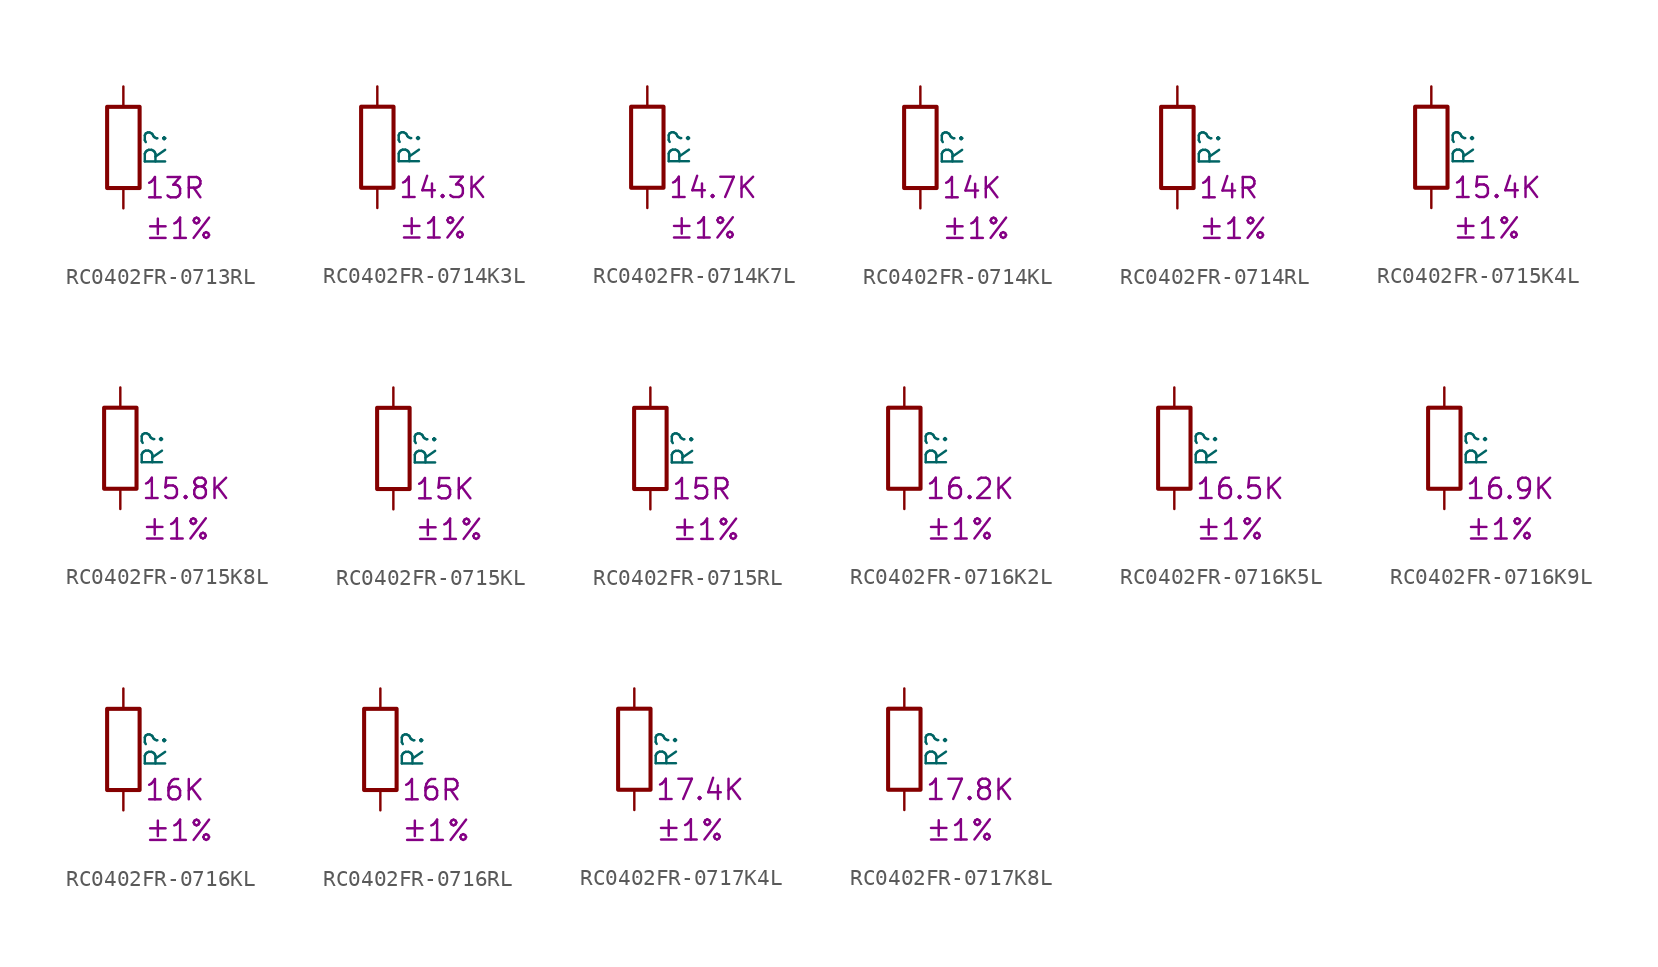
<source format=kicad_sym>
(kicad_symbol_lib
  (version 20220914)
  (generator kicad_symbol_editor)
  (symbol "RC0402FR-0713RL"
    (pin_numbers hide)
    (pin_names
      (offset 0))
    (property "Reference" "R"
      (at 2.032 0 90)
      (effects (font (size 1.27 1.27))))
    (property "Resistance" "13R"
      (at 1.27 -2.54 0)
      (effects (font (size 1.27 1.27)) (justify left)))
    (property "Tolerance" "±1%"
      (at 1.27 -5.08 0)
      (effects (font (size 1.27 1.27)) (justify left)))
    (symbol "RC0402FR-0713RL_0_1"
      (rectangle (start -1.016 -2.54) (end 1.016 2.54) (stroke (width 0.254) (type default)) (fill (type none))))
    (symbol "RC0402FR-0713RL_1_1"
      (pin passive line (at 0 3.81 270) (length 1.27) (name "~" (effects (font (size 1.27 1.27)))) (number "1" (effects (font (size 1.27 1.27)))))
      (pin passive line (at 0 -3.81 90) (length 1.27) (name "~" (effects (font (size 1.27 1.27)))) (number "2" (effects (font (size 1.27 1.27)))))))
  (symbol "RC0402FR-0714K3L"
    (pin_numbers hide)
    (pin_names
      (offset 0))
    (property "Reference" "R"
      (at 2.032 0 90)
      (effects (font (size 1.27 1.27))))
    (property "Resistance" "14.3K"
      (at 1.27 -2.54 0)
      (effects (font (size 1.27 1.27)) (justify left)))
    (property "Tolerance" "±1%"
      (at 1.27 -5.08 0)
      (effects (font (size 1.27 1.27)) (justify left)))
    (symbol "RC0402FR-0714K3L_0_1"
      (rectangle (start -1.016 -2.54) (end 1.016 2.54) (stroke (width 0.254) (type default)) (fill (type none))))
    (symbol "RC0402FR-0714K3L_1_1"
      (pin passive line (at 0 3.81 270) (length 1.27) (name "~" (effects (font (size 1.27 1.27)))) (number "1" (effects (font (size 1.27 1.27)))))
      (pin passive line (at 0 -3.81 90) (length 1.27) (name "~" (effects (font (size 1.27 1.27)))) (number "2" (effects (font (size 1.27 1.27)))))))
  (symbol "RC0402FR-0714K7L"
    (pin_numbers hide)
    (pin_names
      (offset 0))
    (property "Reference" "R"
      (at 2.032 0 90)
      (effects (font (size 1.27 1.27))))
    (property "Resistance" "14.7K"
      (at 1.27 -2.54 0)
      (effects (font (size 1.27 1.27)) (justify left)))
    (property "Tolerance" "±1%"
      (at 1.27 -5.08 0)
      (effects (font (size 1.27 1.27)) (justify left)))
    (symbol "RC0402FR-0714K7L_0_1"
      (rectangle (start -1.016 -2.54) (end 1.016 2.54) (stroke (width 0.254) (type default)) (fill (type none))))
    (symbol "RC0402FR-0714K7L_1_1"
      (pin passive line (at 0 3.81 270) (length 1.27) (name "~" (effects (font (size 1.27 1.27)))) (number "1" (effects (font (size 1.27 1.27)))))
      (pin passive line (at 0 -3.81 90) (length 1.27) (name "~" (effects (font (size 1.27 1.27)))) (number "2" (effects (font (size 1.27 1.27)))))))
  (symbol "RC0402FR-0714KL"
    (pin_numbers hide)
    (pin_names
      (offset 0))
    (property "Reference" "R"
      (at 2.032 0 90)
      (effects (font (size 1.27 1.27))))
    (property "Resistance" "14K"
      (at 1.27 -2.54 0)
      (effects (font (size 1.27 1.27)) (justify left)))
    (property "Tolerance" "±1%"
      (at 1.27 -5.08 0)
      (effects (font (size 1.27 1.27)) (justify left)))
    (symbol "RC0402FR-0714KL_0_1"
      (rectangle (start -1.016 -2.54) (end 1.016 2.54) (stroke (width 0.254) (type default)) (fill (type none))))
    (symbol "RC0402FR-0714KL_1_1"
      (pin passive line (at 0 3.81 270) (length 1.27) (name "~" (effects (font (size 1.27 1.27)))) (number "1" (effects (font (size 1.27 1.27)))))
      (pin passive line (at 0 -3.81 90) (length 1.27) (name "~" (effects (font (size 1.27 1.27)))) (number "2" (effects (font (size 1.27 1.27)))))))
  (symbol "RC0402FR-0714RL"
    (pin_numbers hide)
    (pin_names
      (offset 0))
    (property "Reference" "R"
      (at 2.032 0 90)
      (effects (font (size 1.27 1.27))))
    (property "Resistance" "14R"
      (at 1.27 -2.54 0)
      (effects (font (size 1.27 1.27)) (justify left)))
    (property "Tolerance" "±1%"
      (at 1.27 -5.08 0)
      (effects (font (size 1.27 1.27)) (justify left)))
    (symbol "RC0402FR-0714RL_0_1"
      (rectangle (start -1.016 -2.54) (end 1.016 2.54) (stroke (width 0.254) (type default)) (fill (type none))))
    (symbol "RC0402FR-0714RL_1_1"
      (pin passive line (at 0 3.81 270) (length 1.27) (name "~" (effects (font (size 1.27 1.27)))) (number "1" (effects (font (size 1.27 1.27)))))
      (pin passive line (at 0 -3.81 90) (length 1.27) (name "~" (effects (font (size 1.27 1.27)))) (number "2" (effects (font (size 1.27 1.27)))))))
  (symbol "RC0402FR-0715K4L"
    (pin_numbers hide)
    (pin_names
      (offset 0))
    (property "Reference" "R"
      (at 2.032 0 90)
      (effects (font (size 1.27 1.27))))
    (property "Resistance" "15.4K"
      (at 1.27 -2.54 0)
      (effects (font (size 1.27 1.27)) (justify left)))
    (property "Tolerance" "±1%"
      (at 1.27 -5.08 0)
      (effects (font (size 1.27 1.27)) (justify left)))
    (symbol "RC0402FR-0715K4L_0_1"
      (rectangle (start -1.016 -2.54) (end 1.016 2.54) (stroke (width 0.254) (type default)) (fill (type none))))
    (symbol "RC0402FR-0715K4L_1_1"
      (pin passive line (at 0 3.81 270) (length 1.27) (name "~" (effects (font (size 1.27 1.27)))) (number "1" (effects (font (size 1.27 1.27)))))
      (pin passive line (at 0 -3.81 90) (length 1.27) (name "~" (effects (font (size 1.27 1.27)))) (number "2" (effects (font (size 1.27 1.27)))))))
  (symbol "RC0402FR-0715K8L"
    (pin_numbers hide)
    (pin_names
      (offset 0))
    (property "Reference" "R"
      (at 2.032 0 90)
      (effects (font (size 1.27 1.27))))
    (property "Resistance" "15.8K"
      (at 1.27 -2.54 0)
      (effects (font (size 1.27 1.27)) (justify left)))
    (property "Tolerance" "±1%"
      (at 1.27 -5.08 0)
      (effects (font (size 1.27 1.27)) (justify left)))
    (symbol "RC0402FR-0715K8L_0_1"
      (rectangle (start -1.016 -2.54) (end 1.016 2.54) (stroke (width 0.254) (type default)) (fill (type none))))
    (symbol "RC0402FR-0715K8L_1_1"
      (pin passive line (at 0 3.81 270) (length 1.27) (name "~" (effects (font (size 1.27 1.27)))) (number "1" (effects (font (size 1.27 1.27)))))
      (pin passive line (at 0 -3.81 90) (length 1.27) (name "~" (effects (font (size 1.27 1.27)))) (number "2" (effects (font (size 1.27 1.27)))))))
  (symbol "RC0402FR-0715KL"
    (pin_numbers hide)
    (pin_names
      (offset 0))
    (property "Reference" "R"
      (at 2.032 0 90)
      (effects (font (size 1.27 1.27))))
    (property "Resistance" "15K"
      (at 1.27 -2.54 0)
      (effects (font (size 1.27 1.27)) (justify left)))
    (property "Tolerance" "±1%"
      (at 1.27 -5.08 0)
      (effects (font (size 1.27 1.27)) (justify left)))
    (symbol "RC0402FR-0715KL_0_1"
      (rectangle (start -1.016 -2.54) (end 1.016 2.54) (stroke (width 0.254) (type default)) (fill (type none))))
    (symbol "RC0402FR-0715KL_1_1"
      (pin passive line (at 0 3.81 270) (length 1.27) (name "~" (effects (font (size 1.27 1.27)))) (number "1" (effects (font (size 1.27 1.27)))))
      (pin passive line (at 0 -3.81 90) (length 1.27) (name "~" (effects (font (size 1.27 1.27)))) (number "2" (effects (font (size 1.27 1.27)))))))
  (symbol "RC0402FR-0715RL"
    (pin_numbers hide)
    (pin_names
      (offset 0))
    (property "Reference" "R"
      (at 2.032 0 90)
      (effects (font (size 1.27 1.27))))
    (property "Resistance" "15R"
      (at 1.27 -2.54 0)
      (effects (font (size 1.27 1.27)) (justify left)))
    (property "Tolerance" "±1%"
      (at 1.27 -5.08 0)
      (effects (font (size 1.27 1.27)) (justify left)))
    (symbol "RC0402FR-0715RL_0_1"
      (rectangle (start -1.016 -2.54) (end 1.016 2.54) (stroke (width 0.254) (type default)) (fill (type none))))
    (symbol "RC0402FR-0715RL_1_1"
      (pin passive line (at 0 3.81 270) (length 1.27) (name "~" (effects (font (size 1.27 1.27)))) (number "1" (effects (font (size 1.27 1.27)))))
      (pin passive line (at 0 -3.81 90) (length 1.27) (name "~" (effects (font (size 1.27 1.27)))) (number "2" (effects (font (size 1.27 1.27)))))))
  (symbol "RC0402FR-0716K2L"
    (pin_numbers hide)
    (pin_names
      (offset 0))
    (property "Reference" "R"
      (at 2.032 0 90)
      (effects (font (size 1.27 1.27))))
    (property "Resistance" "16.2K"
      (at 1.27 -2.54 0)
      (effects (font (size 1.27 1.27)) (justify left)))
    (property "Tolerance" "±1%"
      (at 1.27 -5.08 0)
      (effects (font (size 1.27 1.27)) (justify left)))
    (symbol "RC0402FR-0716K2L_0_1"
      (rectangle (start -1.016 -2.54) (end 1.016 2.54) (stroke (width 0.254) (type default)) (fill (type none))))
    (symbol "RC0402FR-0716K2L_1_1"
      (pin passive line (at 0 3.81 270) (length 1.27) (name "~" (effects (font (size 1.27 1.27)))) (number "1" (effects (font (size 1.27 1.27)))))
      (pin passive line (at 0 -3.81 90) (length 1.27) (name "~" (effects (font (size 1.27 1.27)))) (number "2" (effects (font (size 1.27 1.27)))))))
  (symbol "RC0402FR-0716K5L"
    (pin_numbers hide)
    (pin_names
      (offset 0))
    (property "Reference" "R"
      (at 2.032 0 90)
      (effects (font (size 1.27 1.27))))
    (property "Resistance" "16.5K"
      (at 1.27 -2.54 0)
      (effects (font (size 1.27 1.27)) (justify left)))
    (property "Tolerance" "±1%"
      (at 1.27 -5.08 0)
      (effects (font (size 1.27 1.27)) (justify left)))
    (symbol "RC0402FR-0716K5L_0_1"
      (rectangle (start -1.016 -2.54) (end 1.016 2.54) (stroke (width 0.254) (type default)) (fill (type none))))
    (symbol "RC0402FR-0716K5L_1_1"
      (pin passive line (at 0 3.81 270) (length 1.27) (name "~" (effects (font (size 1.27 1.27)))) (number "1" (effects (font (size 1.27 1.27)))))
      (pin passive line (at 0 -3.81 90) (length 1.27) (name "~" (effects (font (size 1.27 1.27)))) (number "2" (effects (font (size 1.27 1.27)))))))
  (symbol "RC0402FR-0716K9L"
    (pin_numbers hide)
    (pin_names
      (offset 0))
    (property "Reference" "R"
      (at 2.032 0 90)
      (effects (font (size 1.27 1.27))))
    (property "Resistance" "16.9K"
      (at 1.27 -2.54 0)
      (effects (font (size 1.27 1.27)) (justify left)))
    (property "Tolerance" "±1%"
      (at 1.27 -5.08 0)
      (effects (font (size 1.27 1.27)) (justify left)))
    (symbol "RC0402FR-0716K9L_0_1"
      (rectangle (start -1.016 -2.54) (end 1.016 2.54) (stroke (width 0.254) (type default)) (fill (type none))))
    (symbol "RC0402FR-0716K9L_1_1"
      (pin passive line (at 0 3.81 270) (length 1.27) (name "~" (effects (font (size 1.27 1.27)))) (number "1" (effects (font (size 1.27 1.27)))))
      (pin passive line (at 0 -3.81 90) (length 1.27) (name "~" (effects (font (size 1.27 1.27)))) (number "2" (effects (font (size 1.27 1.27)))))))
  (symbol "RC0402FR-0716KL"
    (pin_numbers hide)
    (pin_names
      (offset 0))
    (property "Reference" "R"
      (at 2.032 0 90)
      (effects (font (size 1.27 1.27))))
    (property "Resistance" "16K"
      (at 1.27 -2.54 0)
      (effects (font (size 1.27 1.27)) (justify left)))
    (property "Tolerance" "±1%"
      (at 1.27 -5.08 0)
      (effects (font (size 1.27 1.27)) (justify left)))
    (symbol "RC0402FR-0716KL_0_1"
      (rectangle (start -1.016 -2.54) (end 1.016 2.54) (stroke (width 0.254) (type default)) (fill (type none))))
    (symbol "RC0402FR-0716KL_1_1"
      (pin passive line (at 0 3.81 270) (length 1.27) (name "~" (effects (font (size 1.27 1.27)))) (number "1" (effects (font (size 1.27 1.27)))))
      (pin passive line (at 0 -3.81 90) (length 1.27) (name "~" (effects (font (size 1.27 1.27)))) (number "2" (effects (font (size 1.27 1.27)))))))
  (symbol "RC0402FR-0716RL"
    (pin_numbers hide)
    (pin_names
      (offset 0))
    (property "Reference" "R"
      (at 2.032 0 90)
      (effects (font (size 1.27 1.27))))
    (property "Resistance" "16R"
      (at 1.27 -2.54 0)
      (effects (font (size 1.27 1.27)) (justify left)))
    (property "Tolerance" "±1%"
      (at 1.27 -5.08 0)
      (effects (font (size 1.27 1.27)) (justify left)))
    (symbol "RC0402FR-0716RL_0_1"
      (rectangle (start -1.016 -2.54) (end 1.016 2.54) (stroke (width 0.254) (type default)) (fill (type none))))
    (symbol "RC0402FR-0716RL_1_1"
      (pin passive line (at 0 3.81 270) (length 1.27) (name "~" (effects (font (size 1.27 1.27)))) (number "1" (effects (font (size 1.27 1.27)))))
      (pin passive line (at 0 -3.81 90) (length 1.27) (name "~" (effects (font (size 1.27 1.27)))) (number "2" (effects (font (size 1.27 1.27)))))))
  (symbol "RC0402FR-0717K4L"
    (pin_numbers hide)
    (pin_names
      (offset 0))
    (property "Reference" "R"
      (at 2.032 0 90)
      (effects (font (size 1.27 1.27))))
    (property "Resistance" "17.4K"
      (at 1.27 -2.54 0)
      (effects (font (size 1.27 1.27)) (justify left)))
    (property "Tolerance" "±1%"
      (at 1.27 -5.08 0)
      (effects (font (size 1.27 1.27)) (justify left)))
    (symbol "RC0402FR-0717K4L_0_1"
      (rectangle (start -1.016 -2.54) (end 1.016 2.54) (stroke (width 0.254) (type default)) (fill (type none))))
    (symbol "RC0402FR-0717K4L_1_1"
      (pin passive line (at 0 3.81 270) (length 1.27) (name "~" (effects (font (size 1.27 1.27)))) (number "1" (effects (font (size 1.27 1.27)))))
      (pin passive line (at 0 -3.81 90) (length 1.27) (name "~" (effects (font (size 1.27 1.27)))) (number "2" (effects (font (size 1.27 1.27)))))))
  (symbol "RC0402FR-0717K8L"
    (pin_numbers hide)
    (pin_names
      (offset 0))
    (property "Reference" "R"
      (at 2.032 0 90)
      (effects (font (size 1.27 1.27))))
    (property "Resistance" "17.8K"
      (at 1.27 -2.54 0)
      (effects (font (size 1.27 1.27)) (justify left)))
    (property "Tolerance" "±1%"
      (at 1.27 -5.08 0)
      (effects (font (size 1.27 1.27)) (justify left)))
    (symbol "RC0402FR-0717K8L_0_1"
      (rectangle (start -1.016 -2.54) (end 1.016 2.54) (stroke (width 0.254) (type default)) (fill (type none))))
    (symbol "RC0402FR-0717K8L_1_1"
      (pin passive line (at 0 3.81 270) (length 1.27) (name "~" (effects (font (size 1.27 1.27)))) (number "1" (effects (font (size 1.27 1.27)))))
      (pin passive line (at 0 -3.81 90) (length 1.27) (name "~" (effects (font (size 1.27 1.27)))) (number "2" (effects (font (size 1.27 1.27))))))))
</source>
